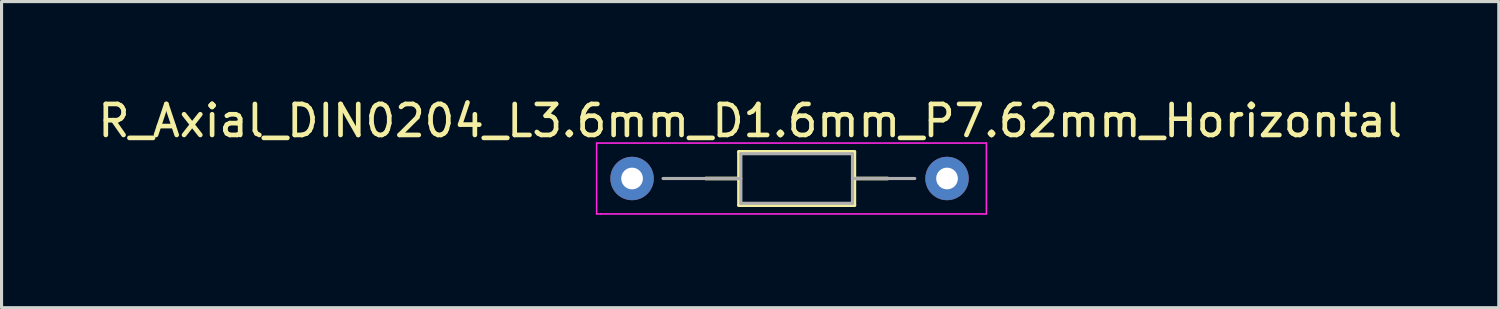
<source format=kicad_pcb>
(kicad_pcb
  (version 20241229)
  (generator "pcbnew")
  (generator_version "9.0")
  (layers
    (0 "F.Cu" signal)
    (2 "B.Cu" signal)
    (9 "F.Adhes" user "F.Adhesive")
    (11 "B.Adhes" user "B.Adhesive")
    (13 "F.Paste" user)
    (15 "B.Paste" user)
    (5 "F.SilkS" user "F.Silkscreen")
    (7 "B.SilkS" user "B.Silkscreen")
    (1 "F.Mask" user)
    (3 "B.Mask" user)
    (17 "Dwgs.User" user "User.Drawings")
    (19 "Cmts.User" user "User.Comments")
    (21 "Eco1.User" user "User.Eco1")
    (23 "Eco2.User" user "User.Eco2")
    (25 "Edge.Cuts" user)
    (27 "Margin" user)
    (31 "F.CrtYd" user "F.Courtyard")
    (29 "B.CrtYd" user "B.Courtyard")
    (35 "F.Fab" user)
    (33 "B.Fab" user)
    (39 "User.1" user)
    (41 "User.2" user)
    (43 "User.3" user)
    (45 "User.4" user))
  (footprint "R_Axial_DIN0204_L3.6mm_D1.6mm_P7.62mm_Horizontal"
    (layer "F.Cu")
    (at 17.339 2.708)
    (property "Reference" "R_Axial_DIN0204_L3.6mm_D1.6mm_P7.62mm_Horizontal" (at 3.81 -1.86 0) (layer "F.SilkS") (effects (font (size 1 1) (thickness 0.15))))
    (attr through_hole)
    (fp_line (start 2.38 0) (end 3.45 0) (stroke (width 0.12) (type solid)) (layer "F.SilkS"))
    (fp_line (start 3.45 -0.86) (end 3.45 0.86) (stroke (width 0.12) (type solid)) (layer "F.SilkS"))
    (fp_line (start 3.45 0.86) (end 7.17 0.86) (stroke (width 0.12) (type solid)) (layer "F.SilkS"))
    (fp_line (start 7.17 -0.86) (end 3.45 -0.86) (stroke (width 0.12) (type solid)) (layer "F.SilkS"))
    (fp_line (start 7.17 0.86) (end 7.17 -0.86) (stroke (width 0.12) (type solid)) (layer "F.SilkS"))
    (fp_line (start 8.24 0) (end 7.17 0) (stroke (width 0.12) (type solid)) (layer "F.SilkS"))
    (fp_line (start -1.143 -1.143) (end 11.43 -1.143) (stroke (width 0.05) (type solid)) (layer "F.CrtYd"))
    (fp_line (start -1.143 1.143) (end -1.143 -1.143) (stroke (width 0.05) (type solid)) (layer "F.CrtYd"))
    (fp_line (start -1.016 1.143) (end -1.143 1.143) (stroke (width 0.05) (type solid)) (layer "F.CrtYd"))
    (fp_line (start 11.43 -1.143) (end 11.43 1.143) (stroke (width 0.05) (type solid)) (layer "F.CrtYd"))
    (fp_line (start 11.43 1.143) (end -1.016 1.143) (stroke (width 0.05) (type solid)) (layer "F.CrtYd"))
    (fp_line (start 1 0) (end 1.5 0) (stroke (width 0.1) (type solid)) (layer "F.Fab"))
    (fp_line (start 1.5 0) (end 3.51 0) (stroke (width 0.1) (type solid)) (layer "F.Fab"))
    (fp_line (start 3.51 -0.8) (end 3.51 0.8) (stroke (width 0.1) (type solid)) (layer "F.Fab"))
    (fp_line (start 3.51 0.8) (end 7.11 0.8) (stroke (width 0.1) (type solid)) (layer "F.Fab"))
    (fp_line (start 7.11 -0.8) (end 3.51 -0.8) (stroke (width 0.1) (type solid)) (layer "F.Fab"))
    (fp_line (start 7.11 0.8) (end 7.11 -0.8) (stroke (width 0.1) (type solid)) (layer "F.Fab"))
    (fp_line (start 9.12 0) (end 7.11 0) (stroke (width 0.1) (type solid)) (layer "F.Fab"))
    (pad "1" thru_hole circle (at 0 0) (size 1.4 1.4) (drill 0.7) (layers "*.Cu" "*.Mask"))
    (pad "2" thru_hole oval (at 10.16 0) (size 1.4 1.4) (drill 0.7) (layers "*.Cu" "*.Mask")))
  (gr_rect
    (start -3 -3)
    (end 45.298 6.876)
    (stroke (width 0.1) (type default))
    (fill no)
    (layer "Edge.Cuts")))
</source>
